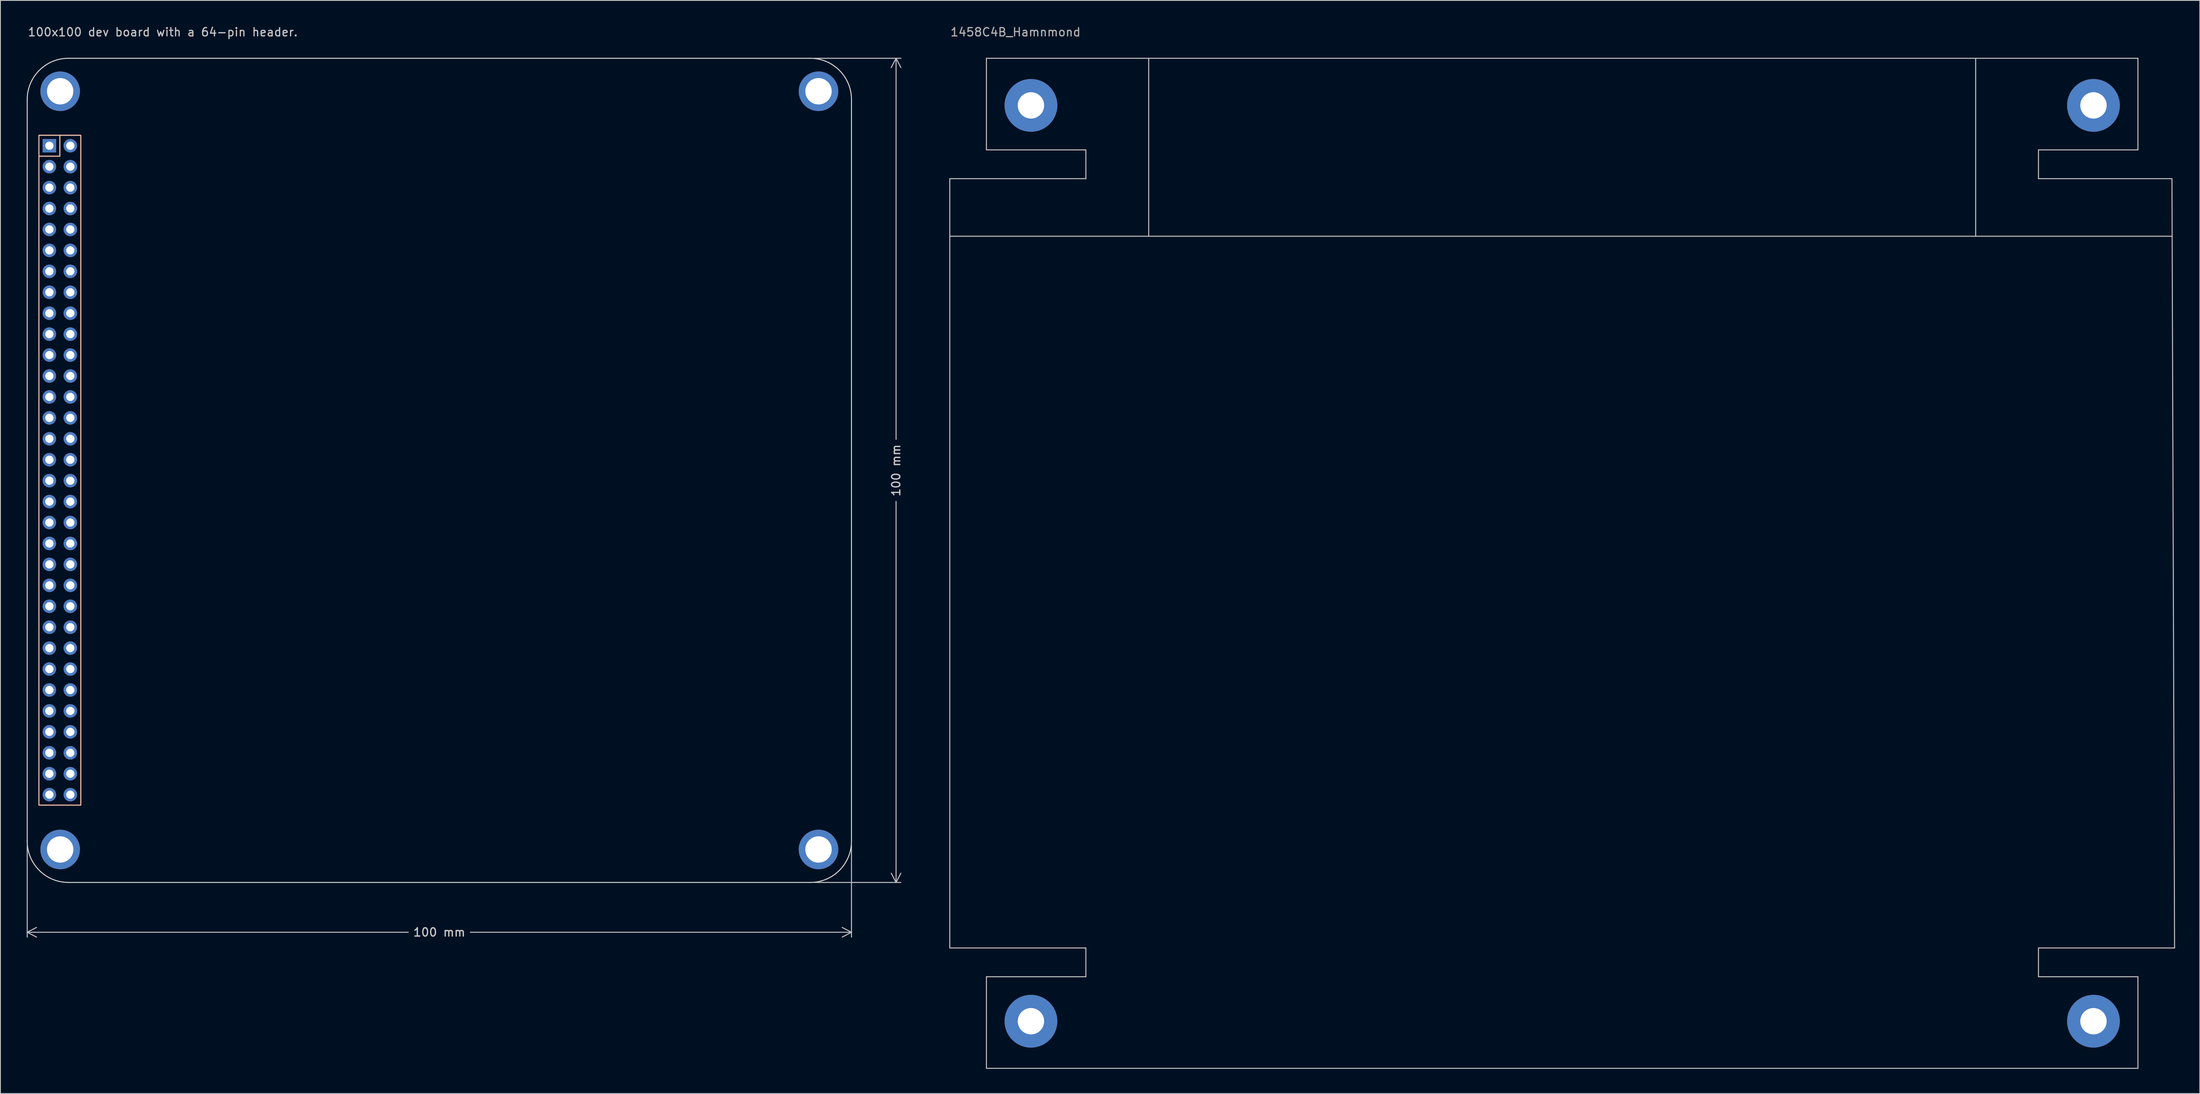
<source format=kicad_pcb>
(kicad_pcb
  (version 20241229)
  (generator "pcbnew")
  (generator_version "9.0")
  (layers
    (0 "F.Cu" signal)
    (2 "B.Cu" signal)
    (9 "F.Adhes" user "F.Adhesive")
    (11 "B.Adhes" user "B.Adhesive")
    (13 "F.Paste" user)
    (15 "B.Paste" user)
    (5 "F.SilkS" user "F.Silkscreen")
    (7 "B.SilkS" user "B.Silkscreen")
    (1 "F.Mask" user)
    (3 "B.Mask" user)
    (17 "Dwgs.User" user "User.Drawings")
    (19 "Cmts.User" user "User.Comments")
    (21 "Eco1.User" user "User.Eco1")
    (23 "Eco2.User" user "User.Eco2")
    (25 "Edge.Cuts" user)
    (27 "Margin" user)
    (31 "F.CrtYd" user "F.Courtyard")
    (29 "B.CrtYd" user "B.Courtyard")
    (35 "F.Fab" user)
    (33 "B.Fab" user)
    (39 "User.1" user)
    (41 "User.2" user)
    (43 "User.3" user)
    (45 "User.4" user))
  (footprint "100x100 dev board with a 64-pin header."
    (layer "F.Cu")
    (at 0.25 4.023)
    (property "Reference" "100x100 dev board with a 64-pin header." (at 0 -3.175 0) (unlocked yes) (layer "Dwgs.User") (effects (font (size 1 1) (thickness 0.15)) (justify left)))
    (fp_line (start 1.42 11.88) (end 3.96 11.88) (stroke (width 0.12) (type default)) (layer "F.SilkS"))
    (fp_line (start 3.96 11.88) (end 3.96 9.34) (stroke (width 0.12) (type default)) (layer "F.SilkS"))
    (fp_rect (start 1.42 9.34) (end 6.5 90.62) (stroke (width 0.12) (type default)) (fill no) (layer "F.SilkS"))
    (fp_line (start 3.96 9.34) (end 3.96 11.88) (stroke (width 0.12) (type default)) (layer "B.SilkS"))
    (fp_line (start 3.96 11.88) (end 1.42 11.88) (stroke (width 0.12) (type default)) (layer "B.SilkS"))
    (fp_rect (start 6.5 90.62) (end 1.42 9.34) (stroke (width 0.12) (type default)) (fill no) (layer "B.SilkS"))
    (fp_line (start 0 5) (end 0 95) (stroke (width 0.12) (type default)) (layer "Edge.Cuts"))
    (fp_line (start 5 100) (end 95 100) (stroke (width 0.12) (type default)) (layer "Edge.Cuts"))
    (fp_line (start 95 0) (end 5 0) (stroke (width 0.12) (type default)) (layer "Edge.Cuts"))
    (fp_line (start 100 95) (end 100 5) (stroke (width 0.12) (type default)) (layer "Edge.Cuts"))
    (fp_arc (start 0 5) (mid 1.464466 1.464466) (end 5 0) (stroke (width 0.12) (type default)) (layer "Edge.Cuts"))
    (fp_arc (start 5 100) (mid 1.464466 98.535534) (end 0 95) (stroke (width 0.12) (type default)) (layer "Edge.Cuts"))
    (fp_arc (start 95 0) (mid 98.535534 1.464466) (end 100 5) (stroke (width 0.12) (type default)) (layer "Edge.Cuts"))
    (fp_arc (start 100 95) (mid 98.535534 98.535534) (end 95 100) (stroke (width 0.12) (type default)) (layer "Edge.Cuts"))
    (dimension (type aligned) (layer "Dwgs.User") (pts (xy 0.25 99.023) (xy 100.25 99.023)) (height 11.045) (format (prefix "") (suffix "") (units 3) (units_format 1) (precision 4) (suppress_zeroes yes)) (style (thickness 0.12) (arrow_length 1.27) (text_position_mode 1) (arrow_direction outward) (extension_height 0.586) (extension_offset 0.5) (keep_text_aligned yes)) (gr_text "100 mm" (at 50.25 110.068 0) (layer "Dwgs.User") (effects (font (size 1 1) (thickness 0.15)))))
    (dimension (type aligned) (layer "Dwgs.User") (pts (xy 95.25 4.023) (xy 95.25 104.023)) (height -10.41) (format (prefix "") (suffix "") (units 3) (units_format 1) (precision 4) (suppress_zeroes yes)) (style (thickness 0.12) (arrow_length 1.27) (text_position_mode 1) (arrow_direction outward) (extension_height 0.586) (extension_offset 0.5) (keep_text_aligned yes)) (gr_text "100 mm" (at 105.66 54.023 90) (layer "Dwgs.User") (effects (font (size 1 1) (thickness 0.15)))))
    (pad "1" thru_hole rect (at 2.69 10.61) (size 1.635 1.635) (drill 1) (layers "*.Cu" "*.Mask"))
    (pad "2" thru_hole circle (at 5.23 10.61) (size 1.635 1.635) (drill 1) (layers "*.Cu" "*.Mask"))
    (pad "3" thru_hole circle (at 2.69 13.15) (size 1.635 1.635) (drill 1) (layers "*.Cu" "*.Mask"))
    (pad "4" thru_hole circle (at 5.23 13.15) (size 1.635 1.635) (drill 1) (layers "*.Cu" "*.Mask"))
    (pad "5" thru_hole circle (at 2.69 15.69) (size 1.635 1.635) (drill 1) (layers "*.Cu" "*.Mask"))
    (pad "6" thru_hole circle (at 5.23 15.69) (size 1.635 1.635) (drill 1) (layers "*.Cu" "*.Mask"))
    (pad "7" thru_hole circle (at 2.69 18.23) (size 1.635 1.635) (drill 1) (layers "*.Cu" "*.Mask"))
    (pad "8" thru_hole circle (at 5.23 18.23) (size 1.635 1.635) (drill 1) (layers "*.Cu" "*.Mask"))
    (pad "9" thru_hole circle (at 2.69 20.77) (size 1.635 1.635) (drill 1) (layers "*.Cu" "*.Mask"))
    (pad "10" thru_hole circle (at 5.23 20.77) (size 1.635 1.635) (drill 1) (layers "*.Cu" "*.Mask"))
    (pad "11" thru_hole circle (at 2.69 23.31) (size 1.635 1.635) (drill 1) (layers "*.Cu" "*.Mask"))
    (pad "12" thru_hole circle (at 5.23 23.31) (size 1.635 1.635) (drill 1) (layers "*.Cu" "*.Mask"))
    (pad "13" thru_hole circle (at 2.69 25.85) (size 1.635 1.635) (drill 1) (layers "*.Cu" "*.Mask"))
    (pad "14" thru_hole circle (at 5.23 25.85) (size 1.635 1.635) (drill 1) (layers "*.Cu" "*.Mask"))
    (pad "15" thru_hole circle (at 2.69 28.39) (size 1.635 1.635) (drill 1) (layers "*.Cu" "*.Mask"))
    (pad "16" thru_hole circle (at 5.23 28.39) (size 1.635 1.635) (drill 1) (layers "*.Cu" "*.Mask"))
    (pad "17" thru_hole circle (at 2.69 30.93) (size 1.635 1.635) (drill 1) (layers "*.Cu" "*.Mask"))
    (pad "18" thru_hole circle (at 5.23 30.93) (size 1.635 1.635) (drill 1) (layers "*.Cu" "*.Mask"))
    (pad "19" thru_hole circle (at 2.69 33.47) (size 1.635 1.635) (drill 1) (layers "*.Cu" "*.Mask"))
    (pad "20" thru_hole circle (at 5.23 33.47) (size 1.635 1.635) (drill 1) (layers "*.Cu" "*.Mask"))
    (pad "21" thru_hole circle (at 2.69 36.01) (size 1.635 1.635) (drill 1) (layers "*.Cu" "*.Mask"))
    (pad "22" thru_hole circle (at 5.23 36.01) (size 1.635 1.635) (drill 1) (layers "*.Cu" "*.Mask"))
    (pad "23" thru_hole circle (at 2.69 38.55) (size 1.635 1.635) (drill 1) (layers "*.Cu" "*.Mask"))
    (pad "24" thru_hole circle (at 5.23 38.55) (size 1.635 1.635) (drill 1) (layers "*.Cu" "*.Mask"))
    (pad "25" thru_hole circle (at 2.69 41.09) (size 1.635 1.635) (drill 1) (layers "*.Cu" "*.Mask"))
    (pad "26" thru_hole circle (at 5.23 41.09) (size 1.635 1.635) (drill 1) (layers "*.Cu" "*.Mask"))
    (pad "27" thru_hole circle (at 2.69 43.63) (size 1.635 1.635) (drill 1) (layers "*.Cu" "*.Mask"))
    (pad "28" thru_hole circle (at 5.23 43.63) (size 1.635 1.635) (drill 1) (layers "*.Cu" "*.Mask"))
    (pad "29" thru_hole circle (at 2.69 46.17) (size 1.635 1.635) (drill 1) (layers "*.Cu" "*.Mask"))
    (pad "30" thru_hole circle (at 5.23 46.17) (size 1.635 1.635) (drill 1) (layers "*.Cu" "*.Mask"))
    (pad "31" thru_hole circle (at 2.69 48.71) (size 1.635 1.635) (drill 1) (layers "*.Cu" "*.Mask"))
    (pad "32" thru_hole circle (at 5.23 48.71) (size 1.635 1.635) (drill 1) (layers "*.Cu" "*.Mask"))
    (pad "33" thru_hole circle (at 2.69 51.25) (size 1.635 1.635) (drill 1) (layers "*.Cu" "*.Mask"))
    (pad "34" thru_hole circle (at 5.23 51.25) (size 1.635 1.635) (drill 1) (layers "*.Cu" "*.Mask"))
    (pad "35" thru_hole circle (at 2.69 53.79) (size 1.635 1.635) (drill 1) (layers "*.Cu" "*.Mask"))
    (pad "36" thru_hole circle (at 5.23 53.79) (size 1.635 1.635) (drill 1) (layers "*.Cu" "*.Mask"))
    (pad "37" thru_hole circle (at 2.69 56.33) (size 1.635 1.635) (drill 1) (layers "*.Cu" "*.Mask"))
    (pad "38" thru_hole circle (at 5.23 56.33) (size 1.635 1.635) (drill 1) (layers "*.Cu" "*.Mask"))
    (pad "39" thru_hole circle (at 2.69 58.87) (size 1.635 1.635) (drill 1) (layers "*.Cu" "*.Mask"))
    (pad "40" thru_hole circle (at 5.23 58.87) (size 1.635 1.635) (drill 1) (layers "*.Cu" "*.Mask"))
    (pad "41" thru_hole circle (at 2.69 61.41) (size 1.635 1.635) (drill 1) (layers "*.Cu" "*.Mask"))
    (pad "42" thru_hole circle (at 5.23 61.41) (size 1.635 1.635) (drill 1) (layers "*.Cu" "*.Mask"))
    (pad "43" thru_hole circle (at 2.69 63.95) (size 1.635 1.635) (drill 1) (layers "*.Cu" "*.Mask"))
    (pad "44" thru_hole circle (at 5.23 63.95) (size 1.635 1.635) (drill 1) (layers "*.Cu" "*.Mask"))
    (pad "45" thru_hole circle (at 2.69 66.49) (size 1.635 1.635) (drill 1) (layers "*.Cu" "*.Mask"))
    (pad "46" thru_hole circle (at 5.23 66.49) (size 1.635 1.635) (drill 1) (layers "*.Cu" "*.Mask"))
    (pad "47" thru_hole circle (at 2.69 69.03) (size 1.635 1.635) (drill 1) (layers "*.Cu" "*.Mask"))
    (pad "48" thru_hole circle (at 5.23 69.03) (size 1.635 1.635) (drill 1) (layers "*.Cu" "*.Mask"))
    (pad "49" thru_hole circle (at 2.69 71.57) (size 1.635 1.635) (drill 1) (layers "*.Cu" "*.Mask"))
    (pad "50" thru_hole circle (at 5.23 71.57) (size 1.635 1.635) (drill 1) (layers "*.Cu" "*.Mask"))
    (pad "51" thru_hole circle (at 2.69 74.11) (size 1.635 1.635) (drill 1) (layers "*.Cu" "*.Mask"))
    (pad "52" thru_hole circle (at 5.23 74.11) (size 1.635 1.635) (drill 1) (layers "*.Cu" "*.Mask"))
    (pad "53" thru_hole circle (at 2.69 76.65) (size 1.635 1.635) (drill 1) (layers "*.Cu" "*.Mask"))
    (pad "54" thru_hole circle (at 5.23 76.65) (size 1.635 1.635) (drill 1) (layers "*.Cu" "*.Mask"))
    (pad "55" thru_hole circle (at 2.69 79.19) (size 1.635 1.635) (drill 1) (layers "*.Cu" "*.Mask"))
    (pad "56" thru_hole circle (at 5.23 79.19) (size 1.635 1.635) (drill 1) (layers "*.Cu" "*.Mask"))
    (pad "57" thru_hole circle (at 2.69 81.73) (size 1.635 1.635) (drill 1) (layers "*.Cu" "*.Mask"))
    (pad "58" thru_hole circle (at 5.23 81.73) (size 1.635 1.635) (drill 1) (layers "*.Cu" "*.Mask"))
    (pad "59" thru_hole circle (at 2.69 84.27) (size 1.635 1.635) (drill 1) (layers "*.Cu" "*.Mask"))
    (pad "60" thru_hole circle (at 5.23 84.27) (size 1.635 1.635) (drill 1) (layers "*.Cu" "*.Mask"))
    (pad "61" thru_hole circle (at 2.69 86.81) (size 1.635 1.635) (drill 1) (layers "*.Cu" "*.Mask"))
    (pad "62" thru_hole circle (at 2.69 86.81) (size 1.635 1.635) (drill 1) (layers "*.Cu" "*.Mask"))
    (pad "62" thru_hole circle (at 5.23 86.81) (size 1.635 1.635) (drill 1) (layers "*.Cu" "*.Mask"))
    (pad "63" thru_hole circle (at 2.69 89.35) (size 1.635 1.635) (drill 1) (layers "*.Cu" "*.Mask"))
    (pad "64" thru_hole circle (at 5.23 89.35) (size 1.635 1.635) (drill 1) (layers "*.Cu" "*.Mask"))
    (pad "MP" thru_hole circle (at 4 4) (size 4.8 4.8) (drill 3.2) (layers "*.Cu" "*.Mask"))
    (pad "MP" thru_hole circle (at 4 96) (size 4.8 4.8) (drill 3.2) (layers "*.Cu" "*.Mask"))
    (pad "MP" thru_hole circle (at 96 4) (size 4.8 4.8) (drill 3.2) (layers "*.Cu" "*.Mask"))
    (pad "MP" thru_hole circle (at 96 96 3.2) (size 4.8 4.8) (drill 3.2) (layers "*.Cu" "*.Mask")))
  (footprint "1458C4B_Hamnmond"
    (layer "F.Cu")
    (at 112.178 4.023)
    (property "Reference" "1458C4B_Hamnmond" (at 0 -3.175 0) (layer "F.Fab") (effects (font (size 1 1) (thickness 0.15)) (justify left)))
    (attr through_hole)
    (fp_line (start 0 21.59) (end 148.273 21.59) (stroke (width 0.12) (type solid)) (layer "Dwgs.User"))
    (fp_line (start 0 107.95) (end 0 14.605) (stroke (width 0.12) (type solid)) (layer "Dwgs.User"))
    (fp_line (start 4.445 0) (end 144.145 0) (stroke (width 0.12) (type solid)) (layer "Dwgs.User"))
    (fp_line (start 4.445 11.113) (end 4.445 0) (stroke (width 0.12) (type solid)) (layer "Dwgs.User"))
    (fp_line (start 4.445 11.113) (end 16.51 11.113) (stroke (width 0.12) (type solid)) (layer "Dwgs.User"))
    (fp_line (start 4.445 111.442) (end 4.445 122.555) (stroke (width 0.12) (type solid)) (layer "Dwgs.User"))
    (fp_line (start 4.445 111.442) (end 16.51 111.442) (stroke (width 0.12) (type solid)) (layer "Dwgs.User"))
    (fp_line (start 4.445 122.555) (end 144.145 122.555) (stroke (width 0.12) (type solid)) (layer "Dwgs.User"))
    (fp_line (start 9.525 5.715) (end 10.16 5.715) (stroke (width 0.12) (type solid)) (layer "Dwgs.User"))
    (fp_line (start 9.525 116.84) (end 10.16 116.84) (stroke (width 0.12) (type solid)) (layer "Dwgs.User"))
    (fp_line (start 9.842 6.032) (end 9.842 5.397) (stroke (width 0.12) (type solid)) (layer "Dwgs.User"))
    (fp_line (start 9.842 116.522) (end 9.842 117.157) (stroke (width 0.12) (type solid)) (layer "Dwgs.User"))
    (fp_line (start 16.51 11.113) (end 16.51 14.287) (stroke (width 0.12) (type solid)) (layer "Dwgs.User"))
    (fp_line (start 16.51 14.287) (end 16.51 14.605) (stroke (width 0.12) (type solid)) (layer "Dwgs.User"))
    (fp_line (start 16.51 14.605) (end 0 14.605) (stroke (width 0.12) (type solid)) (layer "Dwgs.User"))
    (fp_line (start 16.51 107.95) (end 0 107.95) (stroke (width 0.12) (type solid)) (layer "Dwgs.User"))
    (fp_line (start 16.51 108.267) (end 16.51 107.95) (stroke (width 0.12) (type solid)) (layer "Dwgs.User"))
    (fp_line (start 16.51 111.442) (end 16.51 108.267) (stroke (width 0.12) (type solid)) (layer "Dwgs.User"))
    (fp_line (start 24.13 21.59) (end 24.13 0) (stroke (width 0.12) (type solid)) (layer "Dwgs.User"))
    (fp_line (start 124.46 21.59) (end 124.46 0) (stroke (width 0.12) (type solid)) (layer "Dwgs.User"))
    (fp_line (start 132.08 11.113) (end 144.145 11.113) (stroke (width 0.12) (type solid)) (layer "Dwgs.User"))
    (fp_line (start 132.08 14.287) (end 132.08 11.113) (stroke (width 0.12) (type solid)) (layer "Dwgs.User"))
    (fp_line (start 132.08 14.287) (end 132.08 14.605) (stroke (width 0.12) (type solid)) (layer "Dwgs.User"))
    (fp_line (start 132.08 107.95) (end 148.59 107.95) (stroke (width 0.12) (type solid)) (layer "Dwgs.User"))
    (fp_line (start 132.08 108.267) (end 132.08 107.95) (stroke (width 0.12) (type solid)) (layer "Dwgs.User"))
    (fp_line (start 132.08 111.442) (end 132.08 108.267) (stroke (width 0.12) (type solid)) (layer "Dwgs.User"))
    (fp_line (start 138.748 6.032) (end 138.748 5.397) (stroke (width 0.12) (type solid)) (layer "Dwgs.User"))
    (fp_line (start 138.748 116.522) (end 138.748 117.157) (stroke (width 0.12) (type solid)) (layer "Dwgs.User"))
    (fp_line (start 139.065 5.715) (end 138.43 5.715) (stroke (width 0.12) (type solid)) (layer "Dwgs.User"))
    (fp_line (start 139.065 116.84) (end 138.43 116.84) (stroke (width 0.12) (type solid)) (layer "Dwgs.User"))
    (fp_line (start 144.145 0) (end 144.145 11.113) (stroke (width 0.12) (type solid)) (layer "Dwgs.User"))
    (fp_line (start 144.145 111.442) (end 132.08 111.442) (stroke (width 0.12) (type solid)) (layer "Dwgs.User"))
    (fp_line (start 144.145 122.555) (end 144.145 111.442) (stroke (width 0.12) (type solid)) (layer "Dwgs.User"))
    (fp_line (start 148.273 14.605) (end 132.08 14.605) (stroke (width 0.12) (type solid)) (layer "Dwgs.User"))
    (fp_line (start 148.59 107.95) (end 148.273 14.605) (stroke (width 0.12) (type solid)) (layer "Dwgs.User"))
    (pad "0" thru_hole circle (at 9.847 5.715) (size 6.4 6.4) (drill 3.2) (layers "*.Cu" "*.Mask"))
    (pad "0" thru_hole circle (at 9.847 116.84) (size 6.4 6.4) (drill 3.2) (layers "*.Cu" "*.Mask"))
    (pad "0" thru_hole circle (at 138.752 5.715) (size 6.4 6.4) (drill 3.2) (layers "*.Cu" "*.Mask"))
    (pad "0" thru_hole circle (at 138.752 116.84) (size 6.4 6.4) (drill 3.2) (layers "*.Cu" "*.Mask")))
  (gr_rect
    (start -3 -3)
    (end 263.828 129.638)
    (stroke (width 0.1) (type default))
    (fill no)
    (layer "Edge.Cuts")))
</source>
